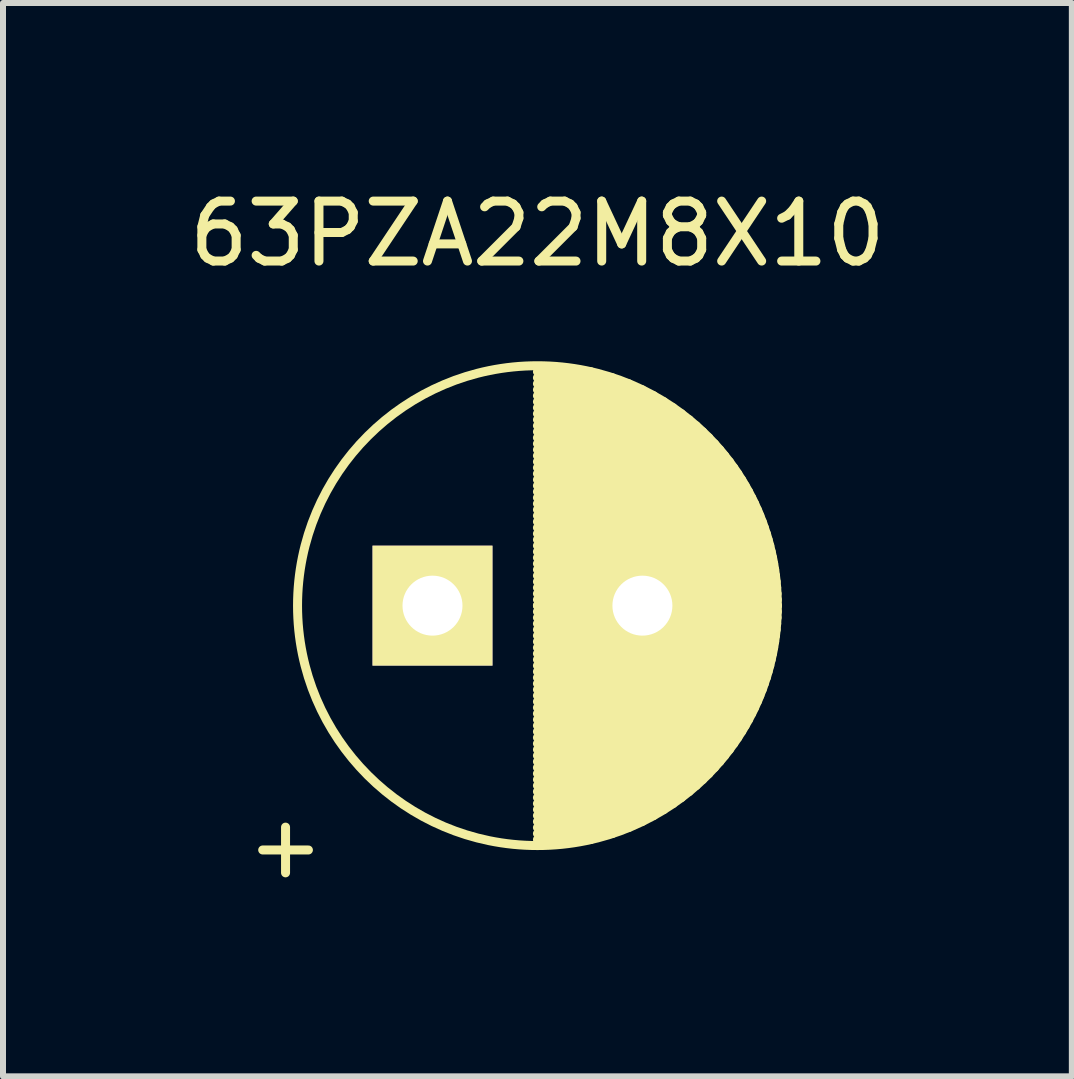
<source format=kicad_pcb>
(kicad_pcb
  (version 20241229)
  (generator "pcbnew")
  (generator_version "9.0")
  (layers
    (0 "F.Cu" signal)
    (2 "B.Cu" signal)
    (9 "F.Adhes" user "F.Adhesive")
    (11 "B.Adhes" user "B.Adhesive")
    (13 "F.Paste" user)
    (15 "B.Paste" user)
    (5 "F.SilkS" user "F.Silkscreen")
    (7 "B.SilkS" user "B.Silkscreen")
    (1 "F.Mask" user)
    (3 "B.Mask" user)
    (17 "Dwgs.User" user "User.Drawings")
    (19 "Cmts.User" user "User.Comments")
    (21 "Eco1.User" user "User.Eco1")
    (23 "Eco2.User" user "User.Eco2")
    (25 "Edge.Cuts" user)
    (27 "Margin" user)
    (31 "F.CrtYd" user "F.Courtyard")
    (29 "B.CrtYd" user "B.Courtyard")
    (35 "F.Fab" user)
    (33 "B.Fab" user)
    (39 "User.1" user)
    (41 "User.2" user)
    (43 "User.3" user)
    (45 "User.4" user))
  (footprint "63PZA22M8X10"
    (layer "F.Cu")
    (at 4.161 7.048)
    (property "Reference" "63PZA22M8X10" (at 1.75 -6.2 0) (layer "F.SilkS") (effects (font (size 1 1) (thickness 0.15))))
    (attr through_hole)
    (fp_line (start 1.75 -3.9) (end 2.639 -3.9) (stroke (width 0.15) (type solid)) (layer "F.SilkS"))
    (fp_line (start 1.75 -3.8) (end 2.999 -3.8) (stroke (width 0.15) (type solid)) (layer "F.SilkS"))
    (fp_line (start 1.75 -3.7) (end 3.27 -3.7) (stroke (width 0.15) (type solid)) (layer "F.SilkS"))
    (fp_line (start 1.75 -3.6) (end 3.494 -3.6) (stroke (width 0.15) (type solid)) (layer "F.SilkS"))
    (fp_line (start 1.75 -3.5) (end 3.686 -3.5) (stroke (width 0.15) (type solid)) (layer "F.SilkS"))
    (fp_line (start 1.75 -3.4) (end 3.857 -3.4) (stroke (width 0.15) (type solid)) (layer "F.SilkS"))
    (fp_line (start 1.75 -3.3) (end 4.011 -3.3) (stroke (width 0.15) (type solid)) (layer "F.SilkS"))
    (fp_line (start 1.75 -3.2) (end 4.15 -3.2) (stroke (width 0.15) (type solid)) (layer "F.SilkS"))
    (fp_line (start 1.75 -3.1) (end 4.278 -3.1) (stroke (width 0.15) (type solid)) (layer "F.SilkS"))
    (fp_line (start 1.75 -3) (end 4.396 -3) (stroke (width 0.15) (type solid)) (layer "F.SilkS"))
    (fp_line (start 1.75 -2.9) (end 4.505 -2.9) (stroke (width 0.15) (type solid)) (layer "F.SilkS"))
    (fp_line (start 1.75 -2.8) (end 4.607 -2.8) (stroke (width 0.15) (type solid)) (layer "F.SilkS"))
    (fp_line (start 1.75 -2.7) (end 4.701 -2.7) (stroke (width 0.15) (type solid)) (layer "F.SilkS"))
    (fp_line (start 1.75 -2.6) (end 4.79 -2.6) (stroke (width 0.15) (type solid)) (layer "F.SilkS"))
    (fp_line (start 1.75 -2.5) (end 4.872 -2.5) (stroke (width 0.15) (type solid)) (layer "F.SilkS"))
    (fp_line (start 1.75 -2.4) (end 4.95 -2.4) (stroke (width 0.15) (type solid)) (layer "F.SilkS"))
    (fp_line (start 1.75 -2.3) (end 5.023 -2.3) (stroke (width 0.15) (type solid)) (layer "F.SilkS"))
    (fp_line (start 1.75 -2.2) (end 5.091 -2.2) (stroke (width 0.15) (type solid)) (layer "F.SilkS"))
    (fp_line (start 1.75 -2.1) (end 5.154 -2.1) (stroke (width 0.15) (type solid)) (layer "F.SilkS"))
    (fp_line (start 1.75 -2) (end 5.214 -2) (stroke (width 0.15) (type solid)) (layer "F.SilkS"))
    (fp_line (start 1.75 -1.9) (end 5.27 -1.9) (stroke (width 0.15) (type solid)) (layer "F.SilkS"))
    (fp_line (start 1.75 -1.8) (end 5.322 -1.8) (stroke (width 0.15) (type solid)) (layer "F.SilkS"))
    (fp_line (start 1.75 -1.7) (end 5.371 -1.7) (stroke (width 0.15) (type solid)) (layer "F.SilkS"))
    (fp_line (start 1.75 -1.6) (end 5.416 -1.6) (stroke (width 0.15) (type solid)) (layer "F.SilkS"))
    (fp_line (start 1.75 -1.5) (end 5.458 -1.5) (stroke (width 0.15) (type solid)) (layer "F.SilkS"))
    (fp_line (start 1.75 -1.4) (end 5.497 -1.4) (stroke (width 0.15) (type solid)) (layer "F.SilkS"))
    (fp_line (start 1.75 -1.3) (end 5.533 -1.3) (stroke (width 0.15) (type solid)) (layer "F.SilkS"))
    (fp_line (start 1.75 -1.2) (end 5.566 -1.2) (stroke (width 0.15) (type solid)) (layer "F.SilkS"))
    (fp_line (start 1.75 -1.1) (end 5.596 -1.1) (stroke (width 0.15) (type solid)) (layer "F.SilkS"))
    (fp_line (start 1.75 -1) (end 5.623 -1) (stroke (width 0.15) (type solid)) (layer "F.SilkS"))
    (fp_line (start 1.75 -0.9) (end 5.647 -0.9) (stroke (width 0.15) (type solid)) (layer "F.SilkS"))
    (fp_line (start 1.75 -0.8) (end 5.669 -0.8) (stroke (width 0.15) (type solid)) (layer "F.SilkS"))
    (fp_line (start 1.75 -0.7) (end 5.688 -0.7) (stroke (width 0.15) (type solid)) (layer "F.SilkS"))
    (fp_line (start 1.75 -0.6) (end 5.705 -0.6) (stroke (width 0.15) (type solid)) (layer "F.SilkS"))
    (fp_line (start 1.75 -0.5) (end 5.719 -0.5) (stroke (width 0.15) (type solid)) (layer "F.SilkS"))
    (fp_line (start 1.75 -0.4) (end 5.73 -0.4) (stroke (width 0.15) (type solid)) (layer "F.SilkS"))
    (fp_line (start 1.75 -0.3) (end 5.739 -0.3) (stroke (width 0.15) (type solid)) (layer "F.SilkS"))
    (fp_line (start 1.75 -0.2) (end 5.745 -0.2) (stroke (width 0.15) (type solid)) (layer "F.SilkS"))
    (fp_line (start 1.75 -0.1) (end 5.749 -0.1) (stroke (width 0.15) (type solid)) (layer "F.SilkS"))
    (fp_line (start 1.75 0) (end 5.75 0) (stroke (width 0.15) (type solid)) (layer "F.SilkS"))
    (fp_line (start 1.75 0) (end 5.75 0) (stroke (width 0.15) (type solid)) (layer "F.SilkS"))
    (fp_line (start 1.75 0.1) (end 5.749 0.1) (stroke (width 0.15) (type solid)) (layer "F.SilkS"))
    (fp_line (start 1.75 0.2) (end 5.745 0.2) (stroke (width 0.15) (type solid)) (layer "F.SilkS"))
    (fp_line (start 1.75 0.3) (end 5.739 0.3) (stroke (width 0.15) (type solid)) (layer "F.SilkS"))
    (fp_line (start 1.75 0.4) (end 5.73 0.4) (stroke (width 0.15) (type solid)) (layer "F.SilkS"))
    (fp_line (start 1.75 0.5) (end 5.719 0.5) (stroke (width 0.15) (type solid)) (layer "F.SilkS"))
    (fp_line (start 1.75 0.6) (end 5.705 0.6) (stroke (width 0.15) (type solid)) (layer "F.SilkS"))
    (fp_line (start 1.75 0.7) (end 5.688 0.7) (stroke (width 0.15) (type solid)) (layer "F.SilkS"))
    (fp_line (start 1.75 0.8) (end 5.669 0.8) (stroke (width 0.15) (type solid)) (layer "F.SilkS"))
    (fp_line (start 1.75 0.9) (end 5.647 0.9) (stroke (width 0.15) (type solid)) (layer "F.SilkS"))
    (fp_line (start 1.75 1) (end 5.623 1) (stroke (width 0.15) (type solid)) (layer "F.SilkS"))
    (fp_line (start 1.75 1.1) (end 5.596 1.1) (stroke (width 0.15) (type solid)) (layer "F.SilkS"))
    (fp_line (start 1.75 1.2) (end 5.566 1.2) (stroke (width 0.15) (type solid)) (layer "F.SilkS"))
    (fp_line (start 1.75 1.3) (end 5.533 1.3) (stroke (width 0.15) (type solid)) (layer "F.SilkS"))
    (fp_line (start 1.75 1.4) (end 5.497 1.4) (stroke (width 0.15) (type solid)) (layer "F.SilkS"))
    (fp_line (start 1.75 1.5) (end 5.458 1.5) (stroke (width 0.15) (type solid)) (layer "F.SilkS"))
    (fp_line (start 1.75 1.6) (end 5.416 1.6) (stroke (width 0.15) (type solid)) (layer "F.SilkS"))
    (fp_line (start 1.75 1.7) (end 5.371 1.7) (stroke (width 0.15) (type solid)) (layer "F.SilkS"))
    (fp_line (start 1.75 1.8) (end 5.322 1.8) (stroke (width 0.15) (type solid)) (layer "F.SilkS"))
    (fp_line (start 1.75 1.9) (end 5.27 1.9) (stroke (width 0.15) (type solid)) (layer "F.SilkS"))
    (fp_line (start 1.75 2) (end 5.214 2) (stroke (width 0.15) (type solid)) (layer "F.SilkS"))
    (fp_line (start 1.75 2.1) (end 5.154 2.1) (stroke (width 0.15) (type solid)) (layer "F.SilkS"))
    (fp_line (start 1.75 2.2) (end 5.091 2.2) (stroke (width 0.15) (type solid)) (layer "F.SilkS"))
    (fp_line (start 1.75 2.3) (end 5.023 2.3) (stroke (width 0.15) (type solid)) (layer "F.SilkS"))
    (fp_line (start 1.75 2.4) (end 4.95 2.4) (stroke (width 0.15) (type solid)) (layer "F.SilkS"))
    (fp_line (start 1.75 2.5) (end 4.872 2.5) (stroke (width 0.15) (type solid)) (layer "F.SilkS"))
    (fp_line (start 1.75 2.6) (end 4.79 2.6) (stroke (width 0.15) (type solid)) (layer "F.SilkS"))
    (fp_line (start 1.75 2.7) (end 4.701 2.7) (stroke (width 0.15) (type solid)) (layer "F.SilkS"))
    (fp_line (start 1.75 2.8) (end 4.607 2.8) (stroke (width 0.15) (type solid)) (layer "F.SilkS"))
    (fp_line (start 1.75 2.9) (end 4.505 2.9) (stroke (width 0.15) (type solid)) (layer "F.SilkS"))
    (fp_line (start 1.75 3) (end 4.396 3) (stroke (width 0.15) (type solid)) (layer "F.SilkS"))
    (fp_line (start 1.75 3.1) (end 4.278 3.1) (stroke (width 0.15) (type solid)) (layer "F.SilkS"))
    (fp_line (start 1.75 3.2) (end 4.15 3.2) (stroke (width 0.15) (type solid)) (layer "F.SilkS"))
    (fp_line (start 1.75 3.3) (end 4.011 3.3) (stroke (width 0.15) (type solid)) (layer "F.SilkS"))
    (fp_line (start 1.75 3.4) (end 3.857 3.4) (stroke (width 0.15) (type solid)) (layer "F.SilkS"))
    (fp_line (start 1.75 3.5) (end 3.686 3.5) (stroke (width 0.15) (type solid)) (layer "F.SilkS"))
    (fp_line (start 1.75 3.6) (end 3.494 3.6) (stroke (width 0.15) (type solid)) (layer "F.SilkS"))
    (fp_line (start 1.75 3.7) (end 3.27 3.7) (stroke (width 0.15) (type solid)) (layer "F.SilkS"))
    (fp_line (start 1.75 3.8) (end 2.999 3.8) (stroke (width 0.15) (type solid)) (layer "F.SilkS"))
    (fp_line (start 1.75 3.9) (end 2.639 3.9) (stroke (width 0.15) (type solid)) (layer "F.SilkS"))
    (fp_circle (center 1.75 0) (end 1.75 -4) (stroke (width 0.15) (type solid)) (fill no) (layer "F.SilkS"))
    (fp_text user "+" (at -2.45 4 0) (layer "F.SilkS") (effects (font (size 1 1) (thickness 0.15))))
    (pad "1" thru_hole rect (at 0 0) (size 2 2) (drill 1) (layers "*.Cu" "*.Mask" "F.SilkS"))
    (pad "2" thru_hole circle (at 3.5 0) (size 2 2) (drill 1) (layers "*.Cu" "*.Mask" "F.SilkS")))
  (gr_rect
    (start -3 -3)
    (end 14.821 14.896)
    (stroke (width 0.1) (type default))
    (fill no)
    (layer "Edge.Cuts")))
</source>
